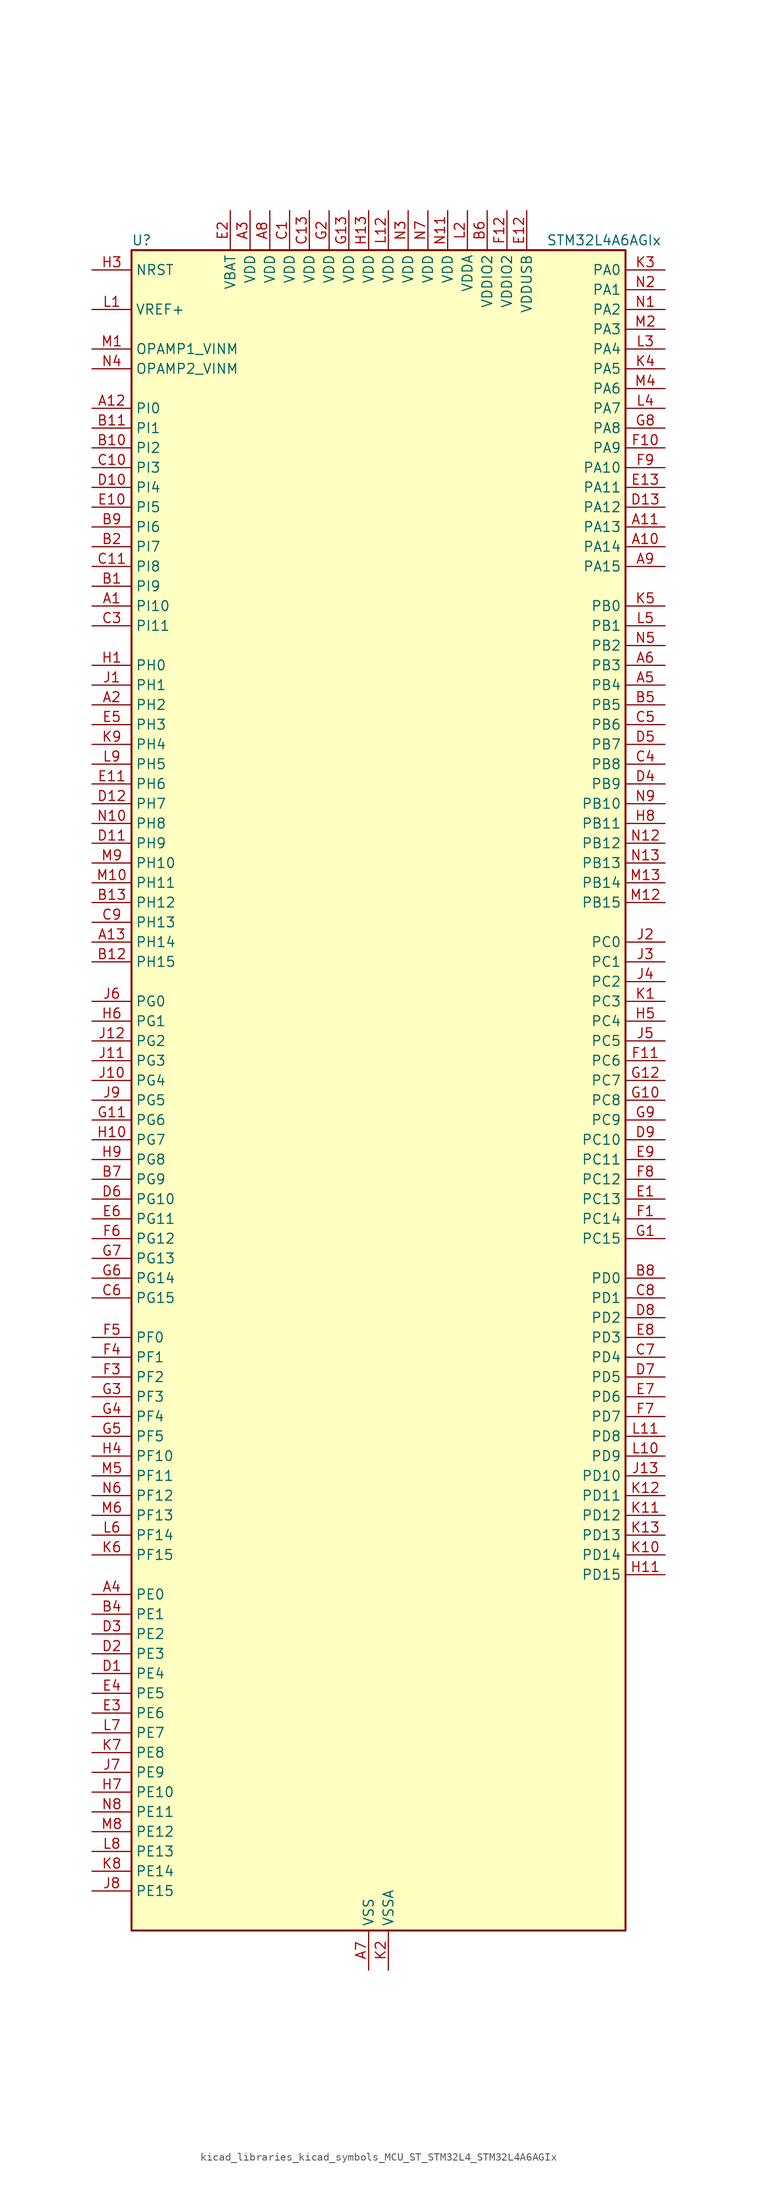
<source format=kicad_sym>
(kicad_symbol_lib
  (version 20220914)
  (generator kicad_symbol_editor)
  (symbol "kicad_libraries_kicad_symbols_MCU_ST_STM32L4_STM32L4A6AGIx"
    (property "Reference" "U"
      (at -30.48 110.49 0)
      (effects (font (size 1.27 1.27)) (justify left)))
    (property "Value" "STM32L4A6AGIx"
      (at 22.86 110.49 0)
      (effects (font (size 1.27 1.27)) (justify left)))
    (property "ki_locked" ""
      (at 0 0 0)
      (effects (font (size 1.27 1.27))))
    (symbol "kicad_libraries_kicad_symbols_MCU_ST_STM32L4_STM32L4A6AGIx_0_1"
      (rectangle (start -30.48 -106.68) (end 33.02 109.22) (stroke (width 0.254) (type default)) (fill (type background))))
    (symbol "kicad_libraries_kicad_symbols_MCU_ST_STM32L4_STM32L4A6AGIx_1_1"
      (pin bidirectional line (at -35.56 63.5 0) (length 5.08) (name "PI10" (effects (font (size 1.27 1.27)))) (number "A1" (effects (font (size 1.27 1.27)))))
      (pin bidirectional line (at 38.1 71.12 180) (length 5.08) (name "PA14" (effects (font (size 1.27 1.27)))) (number "A10" (effects (font (size 1.27 1.27)))) (alternate "I2C1_SMBA" bidirectional line) (alternate "I2C4_SMBA" bidirectional line) (alternate "LPTIM1_OUT" bidirectional line) (alternate "SAI1_FS_B" bidirectional line) (alternate "SWPMI1_RX" bidirectional line) (alternate "SYS_JTCK-SWCLK" bidirectional line) (alternate "USB_OTG_FS_SOF" bidirectional line))
      (pin bidirectional line (at 38.1 73.66 180) (length 5.08) (name "PA13" (effects (font (size 1.27 1.27)))) (number "A11" (effects (font (size 1.27 1.27)))) (alternate "IR_OUT" bidirectional line) (alternate "SAI1_SD_B" bidirectional line) (alternate "SWPMI1_TX" bidirectional line) (alternate "SYS_JTMS-SWDIO" bidirectional line) (alternate "USB_OTG_FS_NOE" bidirectional line))
      (pin bidirectional line (at -35.56 88.9 0) (length 5.08) (name "PI0" (effects (font (size 1.27 1.27)))) (number "A12" (effects (font (size 1.27 1.27)))) (alternate "DCMI_D13" bidirectional line) (alternate "SPI2_NSS" bidirectional line) (alternate "TIM5_CH4" bidirectional line))
      (pin bidirectional line (at -35.56 20.32 0) (length 5.08) (name "PH14" (effects (font (size 1.27 1.27)))) (number "A13" (effects (font (size 1.27 1.27)))) (alternate "DCMI_D4" bidirectional line) (alternate "TIM8_CH2N" bidirectional line))
      (pin bidirectional line (at -35.56 50.8 0) (length 5.08) (name "PH2" (effects (font (size 1.27 1.27)))) (number "A2" (effects (font (size 1.27 1.27)))) (alternate "QUADSPI_BK2_IO0" bidirectional line))
      (pin power_in line (at -15.24 114.3 270) (length 5.08) (name "VDD" (effects (font (size 1.27 1.27)))) (number "A3" (effects (font (size 1.27 1.27)))))
      (pin bidirectional line (at -35.56 -63.5 0) (length 5.08) (name "PE0" (effects (font (size 1.27 1.27)))) (number "A4" (effects (font (size 1.27 1.27)))) (alternate "DCMI_D2" bidirectional line) (alternate "FMC_NBL0" bidirectional line) (alternate "LCD_SEG36" bidirectional line) (alternate "TIM16_CH1" bidirectional line) (alternate "TIM4_ETR" bidirectional line))
      (pin bidirectional line (at 38.1 53.34 180) (length 5.08) (name "PB4" (effects (font (size 1.27 1.27)))) (number "A5" (effects (font (size 1.27 1.27)))) (alternate "COMP2_INP" bidirectional line) (alternate "DCMI_D12" bidirectional line) (alternate "I2C3_SDA" bidirectional line) (alternate "LCD_SEG8" bidirectional line) (alternate "SAI1_MCLK_B" bidirectional line) (alternate "SPI1_MISO" bidirectional line) (alternate "SPI3_MISO" bidirectional line) (alternate "SYS_JTRST" bidirectional line) (alternate "TIM17_BKIN" bidirectional line) (alternate "TIM3_CH1" bidirectional line) (alternate "TSC_G2_IO1" bidirectional line) (alternate "UART5_DE" bidirectional line) (alternate "UART5_RTS" bidirectional line) (alternate "USART1_CTS" bidirectional line))
      (pin bidirectional line (at 38.1 55.88 180) (length 5.08) (name "PB3" (effects (font (size 1.27 1.27)))) (number "A6" (effects (font (size 1.27 1.27)))) (alternate "COMP2_INM" bidirectional line) (alternate "CRS_SYNC" bidirectional line) (alternate "LCD_SEG7" bidirectional line) (alternate "SAI1_SCK_B" bidirectional line) (alternate "SPI1_SCK" bidirectional line) (alternate "SPI3_SCK" bidirectional line) (alternate "SYS_JTDO-SWO" bidirectional line) (alternate "TIM2_CH2" bidirectional line) (alternate "USART1_DE" bidirectional line) (alternate "USART1_RTS" bidirectional line))
      (pin power_in line (at 0 -111.76 90) (length 5.08) (name "VSS" (effects (font (size 1.27 1.27)))) (number "A7" (effects (font (size 1.27 1.27)))))
      (pin power_in line (at -12.7 114.3 270) (length 5.08) (name "VDD" (effects (font (size 1.27 1.27)))) (number "A8" (effects (font (size 1.27 1.27)))))
      (pin bidirectional line (at 38.1 68.58 180) (length 5.08) (name "PA15" (effects (font (size 1.27 1.27)))) (number "A9" (effects (font (size 1.27 1.27)))) (alternate "ADC1_EXTI15" bidirectional line) (alternate "ADC2_EXTI15" bidirectional line) (alternate "ADC3_EXTI15" bidirectional line) (alternate "LCD_SEG17" bidirectional line) (alternate "SAI2_FS_B" bidirectional line) (alternate "SPI1_NSS" bidirectional line) (alternate "SPI3_NSS" bidirectional line) (alternate "SWPMI1_SUSPEND" bidirectional line) (alternate "SYS_JTDI" bidirectional line) (alternate "TIM2_CH1" bidirectional line) (alternate "TIM2_ETR" bidirectional line) (alternate "TSC_G3_IO1" bidirectional line) (alternate "UART4_DE" bidirectional line) (alternate "UART4_RTS" bidirectional line) (alternate "USART2_RX" bidirectional line) (alternate "USART3_DE" bidirectional line) (alternate "USART3_RTS" bidirectional line))
      (pin bidirectional line (at -35.56 66.04 0) (length 5.08) (name "PI9" (effects (font (size 1.27 1.27)))) (number "B1" (effects (font (size 1.27 1.27)))) (alternate "CAN1_RX" bidirectional line) (alternate "DAC1_EXTI9" bidirectional line))
      (pin bidirectional line (at -35.56 83.82 0) (length 5.08) (name "PI2" (effects (font (size 1.27 1.27)))) (number "B10" (effects (font (size 1.27 1.27)))) (alternate "DCMI_D9" bidirectional line) (alternate "SPI2_MISO" bidirectional line) (alternate "TIM8_CH4" bidirectional line))
      (pin bidirectional line (at -35.56 86.36 0) (length 5.08) (name "PI1" (effects (font (size 1.27 1.27)))) (number "B11" (effects (font (size 1.27 1.27)))) (alternate "DCMI_D8" bidirectional line) (alternate "SPI2_SCK" bidirectional line))
      (pin bidirectional line (at -35.56 17.78 0) (length 5.08) (name "PH15" (effects (font (size 1.27 1.27)))) (number "B12" (effects (font (size 1.27 1.27)))) (alternate "ADC1_EXTI15" bidirectional line) (alternate "ADC2_EXTI15" bidirectional line) (alternate "ADC3_EXTI15" bidirectional line) (alternate "DCMI_D11" bidirectional line) (alternate "TIM8_CH3N" bidirectional line))
      (pin bidirectional line (at -35.56 25.4 0) (length 5.08) (name "PH12" (effects (font (size 1.27 1.27)))) (number "B13" (effects (font (size 1.27 1.27)))) (alternate "DCMI_D3" bidirectional line) (alternate "TIM5_CH3" bidirectional line))
      (pin bidirectional line (at -35.56 71.12 0) (length 5.08) (name "PI7" (effects (font (size 1.27 1.27)))) (number "B2" (effects (font (size 1.27 1.27)))) (alternate "DCMI_D7" bidirectional line) (alternate "TIM8_CH3" bidirectional line))
      (pin passive line (at 0 -111.76 90) (length 5.08) hide (name "VSS" (effects (font (size 1.27 1.27)))) (number "B3" (effects (font (size 1.27 1.27)))))
      (pin bidirectional line (at -35.56 -66.04 0) (length 5.08) (name "PE1" (effects (font (size 1.27 1.27)))) (number "B4" (effects (font (size 1.27 1.27)))) (alternate "DCMI_D3" bidirectional line) (alternate "FMC_NBL1" bidirectional line) (alternate "LCD_SEG37" bidirectional line) (alternate "TIM17_CH1" bidirectional line))
      (pin bidirectional line (at 38.1 50.8 180) (length 5.08) (name "PB5" (effects (font (size 1.27 1.27)))) (number "B5" (effects (font (size 1.27 1.27)))) (alternate "CAN2_RX" bidirectional line) (alternate "COMP2_OUT" bidirectional line) (alternate "DCMI_D10" bidirectional line) (alternate "I2C1_SMBA" bidirectional line) (alternate "LCD_SEG9" bidirectional line) (alternate "LPTIM1_IN1" bidirectional line) (alternate "SAI1_SD_B" bidirectional line) (alternate "SPI1_MOSI" bidirectional line) (alternate "SPI3_MOSI" bidirectional line) (alternate "TIM16_BKIN" bidirectional line) (alternate "TIM3_CH2" bidirectional line) (alternate "TSC_G2_IO2" bidirectional line) (alternate "UART5_CTS" bidirectional line) (alternate "USART1_CK" bidirectional line))
      (pin power_in line (at 15.24 114.3 270) (length 5.08) (name "VDDIO2" (effects (font (size 1.27 1.27)))) (number "B6" (effects (font (size 1.27 1.27)))))
      (pin bidirectional line (at -35.56 -10.16 0) (length 5.08) (name "PG9" (effects (font (size 1.27 1.27)))) (number "B7" (effects (font (size 1.27 1.27)))) (alternate "DAC1_EXTI9" bidirectional line) (alternate "FMC_NCE" bidirectional line) (alternate "FMC_NE2" bidirectional line) (alternate "SAI2_SCK_A" bidirectional line) (alternate "SPI3_SCK" bidirectional line) (alternate "TIM15_CH1N" bidirectional line) (alternate "USART1_TX" bidirectional line))
      (pin bidirectional line (at 38.1 -22.86 180) (length 5.08) (name "PD0" (effects (font (size 1.27 1.27)))) (number "B8" (effects (font (size 1.27 1.27)))) (alternate "CAN1_RX" bidirectional line) (alternate "DFSDM1_DATIN7" bidirectional line) (alternate "FMC_D2" bidirectional line) (alternate "FMC_DA2" bidirectional line) (alternate "SPI2_NSS" bidirectional line))
      (pin bidirectional line (at -35.56 73.66 0) (length 5.08) (name "PI6" (effects (font (size 1.27 1.27)))) (number "B9" (effects (font (size 1.27 1.27)))) (alternate "DCMI_D6" bidirectional line) (alternate "TIM8_CH2" bidirectional line))
      (pin power_in line (at -10.16 114.3 270) (length 5.08) (name "VDD" (effects (font (size 1.27 1.27)))) (number "C1" (effects (font (size 1.27 1.27)))))
      (pin bidirectional line (at -35.56 81.28 0) (length 5.08) (name "PI3" (effects (font (size 1.27 1.27)))) (number "C10" (effects (font (size 1.27 1.27)))) (alternate "DCMI_D10" bidirectional line) (alternate "SPI2_MOSI" bidirectional line) (alternate "TIM8_ETR" bidirectional line))
      (pin bidirectional line (at -35.56 68.58 0) (length 5.08) (name "PI8" (effects (font (size 1.27 1.27)))) (number "C11" (effects (font (size 1.27 1.27)))) (alternate "DCMI_D12" bidirectional line))
      (pin passive line (at 0 -111.76 90) (length 5.08) hide (name "VSS" (effects (font (size 1.27 1.27)))) (number "C12" (effects (font (size 1.27 1.27)))))
      (pin power_in line (at -7.62 114.3 270) (length 5.08) (name "VDD" (effects (font (size 1.27 1.27)))) (number "C13" (effects (font (size 1.27 1.27)))))
      (pin passive line (at 0 -111.76 90) (length 5.08) hide (name "VSS" (effects (font (size 1.27 1.27)))) (number "C2" (effects (font (size 1.27 1.27)))))
      (pin bidirectional line (at -35.56 60.96 0) (length 5.08) (name "PI11" (effects (font (size 1.27 1.27)))) (number "C3" (effects (font (size 1.27 1.27)))) (alternate "ADC1_EXTI11" bidirectional line) (alternate "ADC2_EXTI11" bidirectional line) (alternate "ADC3_EXTI11" bidirectional line))
      (pin bidirectional line (at 38.1 43.18 180) (length 5.08) (name "PB8" (effects (font (size 1.27 1.27)))) (number "C4" (effects (font (size 1.27 1.27)))) (alternate "CAN1_RX" bidirectional line) (alternate "DCMI_D6" bidirectional line) (alternate "DFSDM1_DATIN6" bidirectional line) (alternate "I2C1_SCL" bidirectional line) (alternate "LCD_SEG16" bidirectional line) (alternate "SAI1_MCLK_A" bidirectional line) (alternate "SDMMC1_D4" bidirectional line) (alternate "TIM16_CH1" bidirectional line) (alternate "TIM4_CH3" bidirectional line))
      (pin bidirectional line (at 38.1 48.26 180) (length 5.08) (name "PB6" (effects (font (size 1.27 1.27)))) (number "C5" (effects (font (size 1.27 1.27)))) (alternate "CAN2_TX" bidirectional line) (alternate "COMP2_INP" bidirectional line) (alternate "DCMI_D5" bidirectional line) (alternate "DFSDM1_DATIN5" bidirectional line) (alternate "I2C1_SCL" bidirectional line) (alternate "I2C4_SCL" bidirectional line) (alternate "LPTIM1_ETR" bidirectional line) (alternate "SAI1_FS_B" bidirectional line) (alternate "TIM16_CH1N" bidirectional line) (alternate "TIM4_CH1" bidirectional line) (alternate "TIM8_BKIN2" bidirectional line) (alternate "TIM8_BKIN2_COMP2" bidirectional line) (alternate "TSC_G2_IO3" bidirectional line) (alternate "USART1_TX" bidirectional line))
      (pin bidirectional line (at -35.56 -25.4 0) (length 5.08) (name "PG15" (effects (font (size 1.27 1.27)))) (number "C6" (effects (font (size 1.27 1.27)))) (alternate "ADC1_EXTI15" bidirectional line) (alternate "ADC2_EXTI15" bidirectional line) (alternate "ADC3_EXTI15" bidirectional line) (alternate "DCMI_D13" bidirectional line) (alternate "I2C1_SMBA" bidirectional line) (alternate "LPTIM1_OUT" bidirectional line))
      (pin bidirectional line (at 38.1 -33.02 180) (length 5.08) (name "PD4" (effects (font (size 1.27 1.27)))) (number "C7" (effects (font (size 1.27 1.27)))) (alternate "DFSDM1_CKIN0" bidirectional line) (alternate "FMC_NOE" bidirectional line) (alternate "QUADSPI_BK2_IO0" bidirectional line) (alternate "SPI2_MOSI" bidirectional line) (alternate "USART2_DE" bidirectional line) (alternate "USART2_RTS" bidirectional line))
      (pin bidirectional line (at 38.1 -25.4 180) (length 5.08) (name "PD1" (effects (font (size 1.27 1.27)))) (number "C8" (effects (font (size 1.27 1.27)))) (alternate "CAN1_TX" bidirectional line) (alternate "DFSDM1_CKIN7" bidirectional line) (alternate "FMC_D3" bidirectional line) (alternate "FMC_DA3" bidirectional line) (alternate "SPI2_SCK" bidirectional line))
      (pin bidirectional line (at -35.56 22.86 0) (length 5.08) (name "PH13" (effects (font (size 1.27 1.27)))) (number "C9" (effects (font (size 1.27 1.27)))) (alternate "CAN1_TX" bidirectional line) (alternate "TIM8_CH1N" bidirectional line))
      (pin bidirectional line (at -35.56 -73.66 0) (length 5.08) (name "PE4" (effects (font (size 1.27 1.27)))) (number "D1" (effects (font (size 1.27 1.27)))) (alternate "DCMI_D4" bidirectional line) (alternate "DFSDM1_DATIN3" bidirectional line) (alternate "FMC_A20" bidirectional line) (alternate "SAI1_FS_A" bidirectional line) (alternate "SYS_TRACED1" bidirectional line) (alternate "TIM3_CH2" bidirectional line) (alternate "TSC_G7_IO3" bidirectional line))
      (pin bidirectional line (at -35.56 78.74 0) (length 5.08) (name "PI4" (effects (font (size 1.27 1.27)))) (number "D10" (effects (font (size 1.27 1.27)))) (alternate "DCMI_D5" bidirectional line) (alternate "TIM8_BKIN" bidirectional line))
      (pin bidirectional line (at -35.56 33.02 0) (length 5.08) (name "PH9" (effects (font (size 1.27 1.27)))) (number "D11" (effects (font (size 1.27 1.27)))) (alternate "DAC1_EXTI9" bidirectional line) (alternate "DCMI_D0" bidirectional line) (alternate "I2C3_SMBA" bidirectional line))
      (pin bidirectional line (at -35.56 38.1 0) (length 5.08) (name "PH7" (effects (font (size 1.27 1.27)))) (number "D12" (effects (font (size 1.27 1.27)))) (alternate "DCMI_D9" bidirectional line) (alternate "I2C3_SCL" bidirectional line))
      (pin bidirectional line (at 38.1 76.2 180) (length 5.08) (name "PA12" (effects (font (size 1.27 1.27)))) (number "D13" (effects (font (size 1.27 1.27)))) (alternate "CAN1_TX" bidirectional line) (alternate "SPI1_MOSI" bidirectional line) (alternate "TIM1_ETR" bidirectional line) (alternate "USART1_DE" bidirectional line) (alternate "USART1_RTS" bidirectional line) (alternate "USB_OTG_FS_DP" bidirectional line))
      (pin bidirectional line (at -35.56 -71.12 0) (length 5.08) (name "PE3" (effects (font (size 1.27 1.27)))) (number "D2" (effects (font (size 1.27 1.27)))) (alternate "FMC_A19" bidirectional line) (alternate "LCD_SEG39" bidirectional line) (alternate "SAI1_SD_B" bidirectional line) (alternate "SYS_TRACED0" bidirectional line) (alternate "TIM3_CH1" bidirectional line) (alternate "TSC_G7_IO2" bidirectional line))
      (pin bidirectional line (at -35.56 -68.58 0) (length 5.08) (name "PE2" (effects (font (size 1.27 1.27)))) (number "D3" (effects (font (size 1.27 1.27)))) (alternate "FMC_A23" bidirectional line) (alternate "LCD_SEG38" bidirectional line) (alternate "SAI1_MCLK_A" bidirectional line) (alternate "SYS_TRACECLK" bidirectional line) (alternate "TIM3_ETR" bidirectional line) (alternate "TSC_G7_IO1" bidirectional line))
      (pin bidirectional line (at 38.1 40.64 180) (length 5.08) (name "PB9" (effects (font (size 1.27 1.27)))) (number "D4" (effects (font (size 1.27 1.27)))) (alternate "CAN1_TX" bidirectional line) (alternate "DAC1_EXTI9" bidirectional line) (alternate "DCMI_D7" bidirectional line) (alternate "DFSDM1_CKIN6" bidirectional line) (alternate "I2C1_SDA" bidirectional line) (alternate "IR_OUT" bidirectional line) (alternate "LCD_COM3" bidirectional line) (alternate "SAI1_FS_A" bidirectional line) (alternate "SDMMC1_D5" bidirectional line) (alternate "SPI2_NSS" bidirectional line) (alternate "TIM17_CH1" bidirectional line) (alternate "TIM4_CH4" bidirectional line))
      (pin bidirectional line (at 38.1 45.72 180) (length 5.08) (name "PB7" (effects (font (size 1.27 1.27)))) (number "D5" (effects (font (size 1.27 1.27)))) (alternate "COMP2_INM" bidirectional line) (alternate "DCMI_VSYNC" bidirectional line) (alternate "DFSDM1_CKIN5" bidirectional line) (alternate "FMC_NL" bidirectional line) (alternate "I2C1_SDA" bidirectional line) (alternate "I2C4_SDA" bidirectional line) (alternate "LCD_SEG21" bidirectional line) (alternate "LPTIM1_IN2" bidirectional line) (alternate "SYS_PVD_IN" bidirectional line) (alternate "TIM17_CH1N" bidirectional line) (alternate "TIM4_CH2" bidirectional line) (alternate "TIM8_BKIN" bidirectional line) (alternate "TIM8_BKIN_COMP1" bidirectional line) (alternate "TSC_G2_IO4" bidirectional line) (alternate "UART4_CTS" bidirectional line) (alternate "USART1_RX" bidirectional line))
      (pin bidirectional line (at -35.56 -12.7 0) (length 5.08) (name "PG10" (effects (font (size 1.27 1.27)))) (number "D6" (effects (font (size 1.27 1.27)))) (alternate "FMC_NE3" bidirectional line) (alternate "LPTIM1_IN1" bidirectional line) (alternate "SAI2_FS_A" bidirectional line) (alternate "SPI3_MISO" bidirectional line) (alternate "TIM15_CH1" bidirectional line) (alternate "USART1_RX" bidirectional line))
      (pin bidirectional line (at 38.1 -35.56 180) (length 5.08) (name "PD5" (effects (font (size 1.27 1.27)))) (number "D7" (effects (font (size 1.27 1.27)))) (alternate "FMC_NWE" bidirectional line) (alternate "QUADSPI_BK2_IO1" bidirectional line) (alternate "USART2_TX" bidirectional line))
      (pin bidirectional line (at 38.1 -27.94 180) (length 5.08) (name "PD2" (effects (font (size 1.27 1.27)))) (number "D8" (effects (font (size 1.27 1.27)))) (alternate "DCMI_D11" bidirectional line) (alternate "LCD_COM7" bidirectional line) (alternate "LCD_SEG31" bidirectional line) (alternate "LCD_SEG43" bidirectional line) (alternate "SDMMC1_CMD" bidirectional line) (alternate "SYS_TRACED2" bidirectional line) (alternate "TIM3_ETR" bidirectional line) (alternate "TSC_SYNC" bidirectional line) (alternate "UART5_RX" bidirectional line) (alternate "USART3_DE" bidirectional line) (alternate "USART3_RTS" bidirectional line))
      (pin bidirectional line (at 38.1 -5.08 180) (length 5.08) (name "PC10" (effects (font (size 1.27 1.27)))) (number "D9" (effects (font (size 1.27 1.27)))) (alternate "DCMI_D8" bidirectional line) (alternate "LCD_COM4" bidirectional line) (alternate "LCD_SEG28" bidirectional line) (alternate "LCD_SEG40" bidirectional line) (alternate "SAI2_SCK_B" bidirectional line) (alternate "SDMMC1_D2" bidirectional line) (alternate "SPI3_SCK" bidirectional line) (alternate "SYS_TRACED1" bidirectional line) (alternate "TSC_G3_IO2" bidirectional line) (alternate "UART4_TX" bidirectional line) (alternate "USART3_TX" bidirectional line))
      (pin bidirectional line (at 38.1 -12.7 180) (length 5.08) (name "PC13" (effects (font (size 1.27 1.27)))) (number "E1" (effects (font (size 1.27 1.27)))) (alternate "RTC_OUT_ALARM" bidirectional line) (alternate "RTC_OUT_CALIB" bidirectional line) (alternate "RTC_TAMP1" bidirectional line) (alternate "RTC_TS" bidirectional line) (alternate "SYS_WKUP2" bidirectional line))
      (pin bidirectional line (at -35.56 76.2 0) (length 5.08) (name "PI5" (effects (font (size 1.27 1.27)))) (number "E10" (effects (font (size 1.27 1.27)))) (alternate "DCMI_VSYNC" bidirectional line) (alternate "TIM8_CH1" bidirectional line))
      (pin bidirectional line (at -35.56 40.64 0) (length 5.08) (name "PH6" (effects (font (size 1.27 1.27)))) (number "E11" (effects (font (size 1.27 1.27)))) (alternate "DCMI_D8" bidirectional line) (alternate "I2C2_SMBA" bidirectional line))
      (pin power_in line (at 20.32 114.3 270) (length 5.08) (name "VDDUSB" (effects (font (size 1.27 1.27)))) (number "E12" (effects (font (size 1.27 1.27)))))
      (pin bidirectional line (at 38.1 78.74 180) (length 5.08) (name "PA11" (effects (font (size 1.27 1.27)))) (number "E13" (effects (font (size 1.27 1.27)))) (alternate "ADC1_EXTI11" bidirectional line) (alternate "ADC2_EXTI11" bidirectional line) (alternate "ADC3_EXTI11" bidirectional line) (alternate "CAN1_RX" bidirectional line) (alternate "SPI1_MISO" bidirectional line) (alternate "TIM1_BKIN2" bidirectional line) (alternate "TIM1_BKIN2_COMP1" bidirectional line) (alternate "TIM1_CH4" bidirectional line) (alternate "USART1_CTS" bidirectional line) (alternate "USB_OTG_FS_DM" bidirectional line))
      (pin power_in line (at -17.78 114.3 270) (length 5.08) (name "VBAT" (effects (font (size 1.27 1.27)))) (number "E2" (effects (font (size 1.27 1.27)))))
      (pin bidirectional line (at -35.56 -78.74 0) (length 5.08) (name "PE6" (effects (font (size 1.27 1.27)))) (number "E3" (effects (font (size 1.27 1.27)))) (alternate "DCMI_D7" bidirectional line) (alternate "FMC_A22" bidirectional line) (alternate "RTC_TAMP3" bidirectional line) (alternate "SAI1_SD_A" bidirectional line) (alternate "SYS_TRACED3" bidirectional line) (alternate "SYS_WKUP3" bidirectional line) (alternate "TIM3_CH4" bidirectional line))
      (pin bidirectional line (at -35.56 -76.2 0) (length 5.08) (name "PE5" (effects (font (size 1.27 1.27)))) (number "E4" (effects (font (size 1.27 1.27)))) (alternate "DCMI_D6" bidirectional line) (alternate "DFSDM1_CKIN3" bidirectional line) (alternate "FMC_A21" bidirectional line) (alternate "SAI1_SCK_A" bidirectional line) (alternate "SYS_TRACED2" bidirectional line) (alternate "TIM3_CH3" bidirectional line) (alternate "TSC_G7_IO4" bidirectional line))
      (pin bidirectional line (at -35.56 48.26 0) (length 5.08) (name "PH3" (effects (font (size 1.27 1.27)))) (number "E5" (effects (font (size 1.27 1.27)))))
      (pin bidirectional line (at -35.56 -15.24 0) (length 5.08) (name "PG11" (effects (font (size 1.27 1.27)))) (number "E6" (effects (font (size 1.27 1.27)))) (alternate "ADC1_EXTI11" bidirectional line) (alternate "ADC2_EXTI11" bidirectional line) (alternate "ADC3_EXTI11" bidirectional line) (alternate "LPTIM1_IN2" bidirectional line) (alternate "SAI2_MCLK_A" bidirectional line) (alternate "SPI3_MOSI" bidirectional line) (alternate "TIM15_CH2" bidirectional line) (alternate "USART1_CTS" bidirectional line))
      (pin bidirectional line (at 38.1 -38.1 180) (length 5.08) (name "PD6" (effects (font (size 1.27 1.27)))) (number "E7" (effects (font (size 1.27 1.27)))) (alternate "DCMI_D10" bidirectional line) (alternate "DFSDM1_DATIN1" bidirectional line) (alternate "FMC_NWAIT" bidirectional line) (alternate "QUADSPI_BK2_IO1" bidirectional line) (alternate "QUADSPI_BK2_IO2" bidirectional line) (alternate "SAI1_SD_A" bidirectional line) (alternate "USART2_RX" bidirectional line))
      (pin bidirectional line (at 38.1 -30.48 180) (length 5.08) (name "PD3" (effects (font (size 1.27 1.27)))) (number "E8" (effects (font (size 1.27 1.27)))) (alternate "DCMI_D5" bidirectional line) (alternate "DFSDM1_DATIN0" bidirectional line) (alternate "FMC_CLK" bidirectional line) (alternate "QUADSPI_BK2_NCS" bidirectional line) (alternate "SPI2_MISO" bidirectional line) (alternate "SPI2_SCK" bidirectional line) (alternate "USART2_CTS" bidirectional line))
      (pin bidirectional line (at 38.1 -7.62 180) (length 5.08) (name "PC11" (effects (font (size 1.27 1.27)))) (number "E9" (effects (font (size 1.27 1.27)))) (alternate "ADC1_EXTI11" bidirectional line) (alternate "ADC2_EXTI11" bidirectional line) (alternate "ADC3_EXTI11" bidirectional line) (alternate "DCMI_D4" bidirectional line) (alternate "LCD_COM5" bidirectional line) (alternate "LCD_SEG29" bidirectional line) (alternate "LCD_SEG41" bidirectional line) (alternate "QUADSPI_BK2_NCS" bidirectional line) (alternate "SAI2_MCLK_B" bidirectional line) (alternate "SDMMC1_D3" bidirectional line) (alternate "SPI3_MISO" bidirectional line) (alternate "TSC_G3_IO3" bidirectional line) (alternate "UART4_RX" bidirectional line) (alternate "USART3_RX" bidirectional line))
      (pin bidirectional line (at 38.1 -15.24 180) (length 5.08) (name "PC14" (effects (font (size 1.27 1.27)))) (number "F1" (effects (font (size 1.27 1.27)))) (alternate "RCC_OSC32_IN" bidirectional line))
      (pin bidirectional line (at 38.1 83.82 180) (length 5.08) (name "PA9" (effects (font (size 1.27 1.27)))) (number "F10" (effects (font (size 1.27 1.27)))) (alternate "DAC1_EXTI9" bidirectional line) (alternate "DCMI_D0" bidirectional line) (alternate "LCD_COM1" bidirectional line) (alternate "SAI1_FS_A" bidirectional line) (alternate "SPI2_SCK" bidirectional line) (alternate "TIM15_BKIN" bidirectional line) (alternate "TIM1_CH2" bidirectional line) (alternate "USART1_TX" bidirectional line) (alternate "USB_OTG_FS_VBUS" bidirectional line))
      (pin bidirectional line (at 38.1 5.08 180) (length 5.08) (name "PC6" (effects (font (size 1.27 1.27)))) (number "F11" (effects (font (size 1.27 1.27)))) (alternate "DCMI_D0" bidirectional line) (alternate "DFSDM1_CKIN3" bidirectional line) (alternate "LCD_SEG24" bidirectional line) (alternate "SAI2_MCLK_A" bidirectional line) (alternate "SDMMC1_D6" bidirectional line) (alternate "TIM3_CH1" bidirectional line) (alternate "TIM8_CH1" bidirectional line) (alternate "TSC_G4_IO1" bidirectional line))
      (pin power_in line (at 17.78 114.3 270) (length 5.08) (name "VDDIO2" (effects (font (size 1.27 1.27)))) (number "F12" (effects (font (size 1.27 1.27)))))
      (pin passive line (at 0 -111.76 90) (length 5.08) hide (name "VSS" (effects (font (size 1.27 1.27)))) (number "F13" (effects (font (size 1.27 1.27)))))
      (pin passive line (at 0 -111.76 90) (length 5.08) hide (name "VSS" (effects (font (size 1.27 1.27)))) (number "F2" (effects (font (size 1.27 1.27)))))
      (pin bidirectional line (at -35.56 -35.56 0) (length 5.08) (name "PF2" (effects (font (size 1.27 1.27)))) (number "F3" (effects (font (size 1.27 1.27)))) (alternate "FMC_A2" bidirectional line) (alternate "I2C2_SMBA" bidirectional line))
      (pin bidirectional line (at -35.56 -33.02 0) (length 5.08) (name "PF1" (effects (font (size 1.27 1.27)))) (number "F4" (effects (font (size 1.27 1.27)))) (alternate "FMC_A1" bidirectional line) (alternate "I2C2_SCL" bidirectional line))
      (pin bidirectional line (at -35.56 -30.48 0) (length 5.08) (name "PF0" (effects (font (size 1.27 1.27)))) (number "F5" (effects (font (size 1.27 1.27)))) (alternate "FMC_A0" bidirectional line) (alternate "I2C2_SDA" bidirectional line))
      (pin bidirectional line (at -35.56 -17.78 0) (length 5.08) (name "PG12" (effects (font (size 1.27 1.27)))) (number "F6" (effects (font (size 1.27 1.27)))) (alternate "FMC_NE4" bidirectional line) (alternate "LPTIM1_ETR" bidirectional line) (alternate "SAI2_SD_A" bidirectional line) (alternate "SPI3_NSS" bidirectional line) (alternate "USART1_DE" bidirectional line) (alternate "USART1_RTS" bidirectional line))
      (pin bidirectional line (at 38.1 -40.64 180) (length 5.08) (name "PD7" (effects (font (size 1.27 1.27)))) (number "F7" (effects (font (size 1.27 1.27)))) (alternate "DFSDM1_CKIN1" bidirectional line) (alternate "FMC_NE1" bidirectional line) (alternate "QUADSPI_BK2_IO3" bidirectional line) (alternate "USART2_CK" bidirectional line))
      (pin bidirectional line (at 38.1 -10.16 180) (length 5.08) (name "PC12" (effects (font (size 1.27 1.27)))) (number "F8" (effects (font (size 1.27 1.27)))) (alternate "DCMI_D9" bidirectional line) (alternate "LCD_COM6" bidirectional line) (alternate "LCD_SEG30" bidirectional line) (alternate "LCD_SEG42" bidirectional line) (alternate "SAI2_SD_B" bidirectional line) (alternate "SDMMC1_CK" bidirectional line) (alternate "SPI3_MOSI" bidirectional line) (alternate "SYS_TRACED3" bidirectional line) (alternate "TSC_G3_IO4" bidirectional line) (alternate "UART5_TX" bidirectional line) (alternate "USART3_CK" bidirectional line))
      (pin bidirectional line (at 38.1 81.28 180) (length 5.08) (name "PA10" (effects (font (size 1.27 1.27)))) (number "F9" (effects (font (size 1.27 1.27)))) (alternate "DCMI_D1" bidirectional line) (alternate "LCD_COM2" bidirectional line) (alternate "SAI1_SD_A" bidirectional line) (alternate "TIM17_BKIN" bidirectional line) (alternate "TIM1_CH3" bidirectional line) (alternate "USART1_RX" bidirectional line) (alternate "USB_OTG_FS_ID" bidirectional line))
      (pin bidirectional line (at 38.1 -17.78 180) (length 5.08) (name "PC15" (effects (font (size 1.27 1.27)))) (number "G1" (effects (font (size 1.27 1.27)))) (alternate "ADC1_EXTI15" bidirectional line) (alternate "ADC2_EXTI15" bidirectional line) (alternate "ADC3_EXTI15" bidirectional line) (alternate "RCC_OSC32_OUT" bidirectional line))
      (pin bidirectional line (at 38.1 0 180) (length 5.08) (name "PC8" (effects (font (size 1.27 1.27)))) (number "G10" (effects (font (size 1.27 1.27)))) (alternate "DCMI_D2" bidirectional line) (alternate "LCD_SEG26" bidirectional line) (alternate "SDMMC1_D0" bidirectional line) (alternate "TIM3_CH3" bidirectional line) (alternate "TIM8_CH3" bidirectional line) (alternate "TSC_G4_IO3" bidirectional line))
      (pin bidirectional line (at -35.56 -2.54 0) (length 5.08) (name "PG6" (effects (font (size 1.27 1.27)))) (number "G11" (effects (font (size 1.27 1.27)))) (alternate "I2C3_SMBA" bidirectional line) (alternate "LPUART1_DE" bidirectional line) (alternate "LPUART1_RTS" bidirectional line))
      (pin bidirectional line (at 38.1 2.54 180) (length 5.08) (name "PC7" (effects (font (size 1.27 1.27)))) (number "G12" (effects (font (size 1.27 1.27)))) (alternate "DCMI_D1" bidirectional line) (alternate "DFSDM1_DATIN3" bidirectional line) (alternate "LCD_SEG25" bidirectional line) (alternate "SAI2_MCLK_B" bidirectional line) (alternate "SDMMC1_D7" bidirectional line) (alternate "TIM3_CH2" bidirectional line) (alternate "TIM8_CH2" bidirectional line) (alternate "TSC_G4_IO2" bidirectional line))
      (pin power_in line (at -2.54 114.3 270) (length 5.08) (name "VDD" (effects (font (size 1.27 1.27)))) (number "G13" (effects (font (size 1.27 1.27)))))
      (pin power_in line (at -5.08 114.3 270) (length 5.08) (name "VDD" (effects (font (size 1.27 1.27)))) (number "G2" (effects (font (size 1.27 1.27)))))
      (pin bidirectional line (at -35.56 -38.1 0) (length 5.08) (name "PF3" (effects (font (size 1.27 1.27)))) (number "G3" (effects (font (size 1.27 1.27)))) (alternate "ADC3_IN6" bidirectional line) (alternate "FMC_A3" bidirectional line))
      (pin bidirectional line (at -35.56 -40.64 0) (length 5.08) (name "PF4" (effects (font (size 1.27 1.27)))) (number "G4" (effects (font (size 1.27 1.27)))) (alternate "ADC3_IN7" bidirectional line) (alternate "FMC_A4" bidirectional line))
      (pin bidirectional line (at -35.56 -43.18 0) (length 5.08) (name "PF5" (effects (font (size 1.27 1.27)))) (number "G5" (effects (font (size 1.27 1.27)))) (alternate "ADC3_IN8" bidirectional line) (alternate "FMC_A5" bidirectional line))
      (pin bidirectional line (at -35.56 -22.86 0) (length 5.08) (name "PG14" (effects (font (size 1.27 1.27)))) (number "G6" (effects (font (size 1.27 1.27)))) (alternate "FMC_A25" bidirectional line) (alternate "I2C1_SCL" bidirectional line))
      (pin bidirectional line (at -35.56 -20.32 0) (length 5.08) (name "PG13" (effects (font (size 1.27 1.27)))) (number "G7" (effects (font (size 1.27 1.27)))) (alternate "FMC_A24" bidirectional line) (alternate "I2C1_SDA" bidirectional line) (alternate "USART1_CK" bidirectional line))
      (pin bidirectional line (at 38.1 86.36 180) (length 5.08) (name "PA8" (effects (font (size 1.27 1.27)))) (number "G8" (effects (font (size 1.27 1.27)))) (alternate "LCD_COM0" bidirectional line) (alternate "LPTIM2_OUT" bidirectional line) (alternate "RCC_MCO" bidirectional line) (alternate "SAI1_SCK_A" bidirectional line) (alternate "SWPMI1_IO" bidirectional line) (alternate "TIM1_CH1" bidirectional line) (alternate "USART1_CK" bidirectional line) (alternate "USB_OTG_FS_SOF" bidirectional line))
      (pin bidirectional line (at 38.1 -2.54 180) (length 5.08) (name "PC9" (effects (font (size 1.27 1.27)))) (number "G9" (effects (font (size 1.27 1.27)))) (alternate "DAC1_EXTI9" bidirectional line) (alternate "DCMI_D3" bidirectional line) (alternate "I2C3_SDA" bidirectional line) (alternate "LCD_SEG27" bidirectional line) (alternate "SAI2_EXTCLK" bidirectional line) (alternate "SDMMC1_D1" bidirectional line) (alternate "TIM3_CH4" bidirectional line) (alternate "TIM8_BKIN2" bidirectional line) (alternate "TIM8_BKIN2_COMP1" bidirectional line) (alternate "TIM8_CH4" bidirectional line) (alternate "TSC_G4_IO4" bidirectional line) (alternate "USB_OTG_FS_NOE" bidirectional line))
      (pin bidirectional line (at -35.56 55.88 0) (length 5.08) (name "PH0" (effects (font (size 1.27 1.27)))) (number "H1" (effects (font (size 1.27 1.27)))) (alternate "RCC_OSC_IN" bidirectional line))
      (pin bidirectional line (at -35.56 -5.08 0) (length 5.08) (name "PG7" (effects (font (size 1.27 1.27)))) (number "H10" (effects (font (size 1.27 1.27)))) (alternate "FMC_INT" bidirectional line) (alternate "I2C3_SCL" bidirectional line) (alternate "LPUART1_TX" bidirectional line) (alternate "SAI1_MCLK_A" bidirectional line))
      (pin bidirectional line (at 38.1 -60.96 180) (length 5.08) (name "PD15" (effects (font (size 1.27 1.27)))) (number "H11" (effects (font (size 1.27 1.27)))) (alternate "ADC1_EXTI15" bidirectional line) (alternate "ADC2_EXTI15" bidirectional line) (alternate "ADC3_EXTI15" bidirectional line) (alternate "FMC_D1" bidirectional line) (alternate "FMC_DA1" bidirectional line) (alternate "LCD_SEG35" bidirectional line) (alternate "TIM4_CH4" bidirectional line))
      (pin passive line (at 0 -111.76 90) (length 5.08) hide (name "VSS" (effects (font (size 1.27 1.27)))) (number "H12" (effects (font (size 1.27 1.27)))))
      (pin power_in line (at 0 114.3 270) (length 5.08) (name "VDD" (effects (font (size 1.27 1.27)))) (number "H13" (effects (font (size 1.27 1.27)))))
      (pin passive line (at 0 -111.76 90) (length 5.08) hide (name "VSS" (effects (font (size 1.27 1.27)))) (number "H2" (effects (font (size 1.27 1.27)))))
      (pin input line (at -35.56 106.68 0) (length 5.08) (name "NRST" (effects (font (size 1.27 1.27)))) (number "H3" (effects (font (size 1.27 1.27)))))
      (pin bidirectional line (at -35.56 -45.72 0) (length 5.08) (name "PF10" (effects (font (size 1.27 1.27)))) (number "H4" (effects (font (size 1.27 1.27)))) (alternate "ADC3_IN13" bidirectional line) (alternate "DCMI_D11" bidirectional line) (alternate "QUADSPI_CLK" bidirectional line) (alternate "TIM15_CH2" bidirectional line))
      (pin bidirectional line (at 38.1 10.16 180) (length 5.08) (name "PC4" (effects (font (size 1.27 1.27)))) (number "H5" (effects (font (size 1.27 1.27)))) (alternate "ADC1_IN13" bidirectional line) (alternate "ADC2_IN13" bidirectional line) (alternate "COMP1_INM" bidirectional line) (alternate "LCD_SEG22" bidirectional line) (alternate "QUADSPI_BK2_IO3" bidirectional line) (alternate "USART3_TX" bidirectional line))
      (pin bidirectional line (at -35.56 10.16 0) (length 5.08) (name "PG1" (effects (font (size 1.27 1.27)))) (number "H6" (effects (font (size 1.27 1.27)))) (alternate "FMC_A11" bidirectional line) (alternate "TSC_G8_IO4" bidirectional line))
      (pin bidirectional line (at -35.56 -88.9 0) (length 5.08) (name "PE10" (effects (font (size 1.27 1.27)))) (number "H7" (effects (font (size 1.27 1.27)))) (alternate "DFSDM1_DATIN4" bidirectional line) (alternate "FMC_D7" bidirectional line) (alternate "FMC_DA7" bidirectional line) (alternate "QUADSPI_CLK" bidirectional line) (alternate "SAI1_MCLK_B" bidirectional line) (alternate "TIM1_CH2N" bidirectional line) (alternate "TSC_G5_IO1" bidirectional line))
      (pin bidirectional line (at 38.1 35.56 180) (length 5.08) (name "PB11" (effects (font (size 1.27 1.27)))) (number "H8" (effects (font (size 1.27 1.27)))) (alternate "ADC1_EXTI11" bidirectional line) (alternate "ADC2_EXTI11" bidirectional line) (alternate "ADC3_EXTI11" bidirectional line) (alternate "COMP2_OUT" bidirectional line) (alternate "DFSDM1_CKIN7" bidirectional line) (alternate "I2C2_SDA" bidirectional line) (alternate "I2C4_SDA" bidirectional line) (alternate "LCD_SEG11" bidirectional line) (alternate "LPUART1_TX" bidirectional line) (alternate "QUADSPI_BK1_NCS" bidirectional line) (alternate "TIM2_CH4" bidirectional line) (alternate "USART3_RX" bidirectional line))
      (pin bidirectional line (at -35.56 -7.62 0) (length 5.08) (name "PG8" (effects (font (size 1.27 1.27)))) (number "H9" (effects (font (size 1.27 1.27)))) (alternate "I2C3_SDA" bidirectional line) (alternate "LPUART1_RX" bidirectional line))
      (pin bidirectional line (at -35.56 53.34 0) (length 5.08) (name "PH1" (effects (font (size 1.27 1.27)))) (number "J1" (effects (font (size 1.27 1.27)))) (alternate "RCC_OSC_OUT" bidirectional line))
      (pin bidirectional line (at -35.56 2.54 0) (length 5.08) (name "PG4" (effects (font (size 1.27 1.27)))) (number "J10" (effects (font (size 1.27 1.27)))) (alternate "FMC_A14" bidirectional line) (alternate "SAI2_MCLK_B" bidirectional line) (alternate "SPI1_MOSI" bidirectional line))
      (pin bidirectional line (at -35.56 5.08 0) (length 5.08) (name "PG3" (effects (font (size 1.27 1.27)))) (number "J11" (effects (font (size 1.27 1.27)))) (alternate "FMC_A13" bidirectional line) (alternate "SAI2_FS_B" bidirectional line) (alternate "SPI1_MISO" bidirectional line))
      (pin bidirectional line (at -35.56 7.62 0) (length 5.08) (name "PG2" (effects (font (size 1.27 1.27)))) (number "J12" (effects (font (size 1.27 1.27)))) (alternate "FMC_A12" bidirectional line) (alternate "SAI2_SCK_B" bidirectional line) (alternate "SPI1_SCK" bidirectional line))
      (pin bidirectional line (at 38.1 -48.26 180) (length 5.08) (name "PD10" (effects (font (size 1.27 1.27)))) (number "J13" (effects (font (size 1.27 1.27)))) (alternate "FMC_D15" bidirectional line) (alternate "FMC_DA15" bidirectional line) (alternate "LCD_SEG30" bidirectional line) (alternate "SAI2_SCK_A" bidirectional line) (alternate "TSC_G6_IO1" bidirectional line) (alternate "USART3_CK" bidirectional line))
      (pin bidirectional line (at 38.1 20.32 180) (length 5.08) (name "PC0" (effects (font (size 1.27 1.27)))) (number "J2" (effects (font (size 1.27 1.27)))) (alternate "ADC1_IN1" bidirectional line) (alternate "ADC2_IN1" bidirectional line) (alternate "ADC3_IN1" bidirectional line) (alternate "DFSDM1_DATIN4" bidirectional line) (alternate "I2C3_SCL" bidirectional line) (alternate "I2C4_SCL" bidirectional line) (alternate "LCD_SEG18" bidirectional line) (alternate "LPTIM1_IN1" bidirectional line) (alternate "LPTIM2_IN1" bidirectional line) (alternate "LPUART1_RX" bidirectional line))
      (pin bidirectional line (at 38.1 17.78 180) (length 5.08) (name "PC1" (effects (font (size 1.27 1.27)))) (number "J3" (effects (font (size 1.27 1.27)))) (alternate "ADC1_IN2" bidirectional line) (alternate "ADC2_IN2" bidirectional line) (alternate "ADC3_IN2" bidirectional line) (alternate "DFSDM1_CKIN4" bidirectional line) (alternate "I2C3_SDA" bidirectional line) (alternate "I2C4_SDA" bidirectional line) (alternate "LCD_SEG19" bidirectional line) (alternate "LPTIM1_OUT" bidirectional line) (alternate "LPUART1_TX" bidirectional line) (alternate "QUADSPI_BK2_IO0" bidirectional line) (alternate "SAI1_SD_A" bidirectional line) (alternate "SPI2_MOSI" bidirectional line) (alternate "SYS_TRACED0" bidirectional line))
      (pin bidirectional line (at 38.1 15.24 180) (length 5.08) (name "PC2" (effects (font (size 1.27 1.27)))) (number "J4" (effects (font (size 1.27 1.27)))) (alternate "ADC1_IN3" bidirectional line) (alternate "ADC2_IN3" bidirectional line) (alternate "ADC3_IN3" bidirectional line) (alternate "DFSDM1_CKOUT" bidirectional line) (alternate "LCD_SEG20" bidirectional line) (alternate "LPTIM1_IN2" bidirectional line) (alternate "QUADSPI_BK2_IO1" bidirectional line) (alternate "SPI2_MISO" bidirectional line))
      (pin bidirectional line (at 38.1 7.62 180) (length 5.08) (name "PC5" (effects (font (size 1.27 1.27)))) (number "J5" (effects (font (size 1.27 1.27)))) (alternate "ADC1_IN14" bidirectional line) (alternate "ADC2_IN14" bidirectional line) (alternate "COMP1_INP" bidirectional line) (alternate "LCD_SEG23" bidirectional line) (alternate "SYS_WKUP5" bidirectional line) (alternate "USART3_RX" bidirectional line))
      (pin bidirectional line (at -35.56 12.7 0) (length 5.08) (name "PG0" (effects (font (size 1.27 1.27)))) (number "J6" (effects (font (size 1.27 1.27)))) (alternate "FMC_A10" bidirectional line) (alternate "TSC_G8_IO3" bidirectional line))
      (pin bidirectional line (at -35.56 -86.36 0) (length 5.08) (name "PE9" (effects (font (size 1.27 1.27)))) (number "J7" (effects (font (size 1.27 1.27)))) (alternate "DAC1_EXTI9" bidirectional line) (alternate "DFSDM1_CKOUT" bidirectional line) (alternate "FMC_D6" bidirectional line) (alternate "FMC_DA6" bidirectional line) (alternate "SAI1_FS_B" bidirectional line) (alternate "TIM1_CH1" bidirectional line))
      (pin bidirectional line (at -35.56 -101.6 0) (length 5.08) (name "PE15" (effects (font (size 1.27 1.27)))) (number "J8" (effects (font (size 1.27 1.27)))) (alternate "ADC1_EXTI15" bidirectional line) (alternate "ADC2_EXTI15" bidirectional line) (alternate "ADC3_EXTI15" bidirectional line) (alternate "FMC_D12" bidirectional line) (alternate "FMC_DA12" bidirectional line) (alternate "QUADSPI_BK1_IO3" bidirectional line) (alternate "SPI1_MOSI" bidirectional line) (alternate "TIM1_BKIN" bidirectional line) (alternate "TIM1_BKIN_COMP1" bidirectional line))
      (pin bidirectional line (at -35.56 0 0) (length 5.08) (name "PG5" (effects (font (size 1.27 1.27)))) (number "J9" (effects (font (size 1.27 1.27)))) (alternate "FMC_A15" bidirectional line) (alternate "LPUART1_CTS" bidirectional line) (alternate "SAI2_SD_B" bidirectional line) (alternate "SPI1_NSS" bidirectional line))
      (pin bidirectional line (at 38.1 12.7 180) (length 5.08) (name "PC3" (effects (font (size 1.27 1.27)))) (number "K1" (effects (font (size 1.27 1.27)))) (alternate "ADC1_IN4" bidirectional line) (alternate "ADC2_IN4" bidirectional line) (alternate "ADC3_IN4" bidirectional line) (alternate "LCD_VLCD" bidirectional line) (alternate "LPTIM1_ETR" bidirectional line) (alternate "LPTIM2_ETR" bidirectional line) (alternate "QUADSPI_BK2_IO2" bidirectional line) (alternate "SAI1_SD_A" bidirectional line) (alternate "SPI2_MOSI" bidirectional line))
      (pin bidirectional line (at 38.1 -58.42 180) (length 5.08) (name "PD14" (effects (font (size 1.27 1.27)))) (number "K10" (effects (font (size 1.27 1.27)))) (alternate "FMC_D0" bidirectional line) (alternate "FMC_DA0" bidirectional line) (alternate "LCD_SEG34" bidirectional line) (alternate "TIM4_CH3" bidirectional line))
      (pin bidirectional line (at 38.1 -53.34 180) (length 5.08) (name "PD12" (effects (font (size 1.27 1.27)))) (number "K11" (effects (font (size 1.27 1.27)))) (alternate "FMC_A17" bidirectional line) (alternate "FMC_ALE" bidirectional line) (alternate "I2C4_SCL" bidirectional line) (alternate "LCD_SEG32" bidirectional line) (alternate "LPTIM2_IN1" bidirectional line) (alternate "SAI2_FS_A" bidirectional line) (alternate "TIM4_CH1" bidirectional line) (alternate "TSC_G6_IO3" bidirectional line) (alternate "USART3_DE" bidirectional line) (alternate "USART3_RTS" bidirectional line))
      (pin bidirectional line (at 38.1 -50.8 180) (length 5.08) (name "PD11" (effects (font (size 1.27 1.27)))) (number "K12" (effects (font (size 1.27 1.27)))) (alternate "ADC1_EXTI11" bidirectional line) (alternate "ADC2_EXTI11" bidirectional line) (alternate "ADC3_EXTI11" bidirectional line) (alternate "FMC_A16" bidirectional line) (alternate "FMC_CLE" bidirectional line) (alternate "I2C4_SMBA" bidirectional line) (alternate "LCD_SEG31" bidirectional line) (alternate "LPTIM2_ETR" bidirectional line) (alternate "SAI2_SD_A" bidirectional line) (alternate "TSC_G6_IO2" bidirectional line) (alternate "USART3_CTS" bidirectional line))
      (pin bidirectional line (at 38.1 -55.88 180) (length 5.08) (name "PD13" (effects (font (size 1.27 1.27)))) (number "K13" (effects (font (size 1.27 1.27)))) (alternate "FMC_A18" bidirectional line) (alternate "I2C4_SDA" bidirectional line) (alternate "LCD_SEG33" bidirectional line) (alternate "LPTIM2_OUT" bidirectional line) (alternate "TIM4_CH2" bidirectional line) (alternate "TSC_G6_IO4" bidirectional line))
      (pin power_in line (at 2.54 -111.76 90) (length 5.08) (name "VSSA" (effects (font (size 1.27 1.27)))) (number "K2" (effects (font (size 1.27 1.27)))))
      (pin bidirectional line (at 38.1 106.68 180) (length 5.08) (name "PA0" (effects (font (size 1.27 1.27)))) (number "K3" (effects (font (size 1.27 1.27)))) (alternate "ADC1_IN5" bidirectional line) (alternate "ADC2_IN5" bidirectional line) (alternate "OPAMP1_VINP" bidirectional line) (alternate "RTC_TAMP2" bidirectional line) (alternate "SAI1_EXTCLK" bidirectional line) (alternate "SYS_WKUP1" bidirectional line) (alternate "TIM2_CH1" bidirectional line) (alternate "TIM2_ETR" bidirectional line) (alternate "TIM5_CH1" bidirectional line) (alternate "TIM8_ETR" bidirectional line) (alternate "UART4_TX" bidirectional line) (alternate "USART2_CTS" bidirectional line))
      (pin bidirectional line (at 38.1 93.98 180) (length 5.08) (name "PA5" (effects (font (size 1.27 1.27)))) (number "K4" (effects (font (size 1.27 1.27)))) (alternate "ADC1_IN10" bidirectional line) (alternate "ADC2_IN10" bidirectional line) (alternate "DAC1_OUT2" bidirectional line) (alternate "LPTIM2_ETR" bidirectional line) (alternate "SPI1_SCK" bidirectional line) (alternate "TIM2_CH1" bidirectional line) (alternate "TIM2_ETR" bidirectional line) (alternate "TIM8_CH1N" bidirectional line))
      (pin bidirectional line (at 38.1 63.5 180) (length 5.08) (name "PB0" (effects (font (size 1.27 1.27)))) (number "K5" (effects (font (size 1.27 1.27)))) (alternate "ADC1_IN15" bidirectional line) (alternate "ADC2_IN15" bidirectional line) (alternate "COMP1_OUT" bidirectional line) (alternate "LCD_SEG5" bidirectional line) (alternate "OPAMP2_VOUT" bidirectional line) (alternate "QUADSPI_BK1_IO1" bidirectional line) (alternate "SAI1_EXTCLK" bidirectional line) (alternate "SPI1_NSS" bidirectional line) (alternate "TIM1_CH2N" bidirectional line) (alternate "TIM3_CH3" bidirectional line) (alternate "TIM8_CH2N" bidirectional line) (alternate "USART3_CK" bidirectional line))
      (pin bidirectional line (at -35.56 -58.42 0) (length 5.08) (name "PF15" (effects (font (size 1.27 1.27)))) (number "K6" (effects (font (size 1.27 1.27)))) (alternate "ADC1_EXTI15" bidirectional line) (alternate "ADC2_EXTI15" bidirectional line) (alternate "ADC3_EXTI15" bidirectional line) (alternate "FMC_A9" bidirectional line) (alternate "I2C4_SDA" bidirectional line) (alternate "TSC_G8_IO2" bidirectional line))
      (pin bidirectional line (at -35.56 -83.82 0) (length 5.08) (name "PE8" (effects (font (size 1.27 1.27)))) (number "K7" (effects (font (size 1.27 1.27)))) (alternate "DFSDM1_CKIN2" bidirectional line) (alternate "FMC_D5" bidirectional line) (alternate "FMC_DA5" bidirectional line) (alternate "SAI1_SCK_B" bidirectional line) (alternate "TIM1_CH1N" bidirectional line))
      (pin bidirectional line (at -35.56 -99.06 0) (length 5.08) (name "PE14" (effects (font (size 1.27 1.27)))) (number "K8" (effects (font (size 1.27 1.27)))) (alternate "FMC_D11" bidirectional line) (alternate "FMC_DA11" bidirectional line) (alternate "QUADSPI_BK1_IO2" bidirectional line) (alternate "SPI1_MISO" bidirectional line) (alternate "TIM1_BKIN2" bidirectional line) (alternate "TIM1_BKIN2_COMP2" bidirectional line) (alternate "TIM1_CH4" bidirectional line))
      (pin bidirectional line (at -35.56 45.72 0) (length 5.08) (name "PH4" (effects (font (size 1.27 1.27)))) (number "K9" (effects (font (size 1.27 1.27)))) (alternate "I2C2_SCL" bidirectional line))
      (pin input line (at -35.56 101.6 0) (length 5.08) (name "VREF+" (effects (font (size 1.27 1.27)))) (number "L1" (effects (font (size 1.27 1.27)))) (alternate "VREFBUF_OUT" bidirectional line))
      (pin bidirectional line (at 38.1 -45.72 180) (length 5.08) (name "PD9" (effects (font (size 1.27 1.27)))) (number "L10" (effects (font (size 1.27 1.27)))) (alternate "DAC1_EXTI9" bidirectional line) (alternate "DCMI_PIXCLK" bidirectional line) (alternate "FMC_D14" bidirectional line) (alternate "FMC_DA14" bidirectional line) (alternate "LCD_SEG29" bidirectional line) (alternate "SAI2_MCLK_A" bidirectional line) (alternate "USART3_RX" bidirectional line))
      (pin bidirectional line (at 38.1 -43.18 180) (length 5.08) (name "PD8" (effects (font (size 1.27 1.27)))) (number "L11" (effects (font (size 1.27 1.27)))) (alternate "DCMI_HSYNC" bidirectional line) (alternate "FMC_D13" bidirectional line) (alternate "FMC_DA13" bidirectional line) (alternate "LCD_SEG28" bidirectional line) (alternate "USART3_TX" bidirectional line))
      (pin power_in line (at 2.54 114.3 270) (length 5.08) (name "VDD" (effects (font (size 1.27 1.27)))) (number "L12" (effects (font (size 1.27 1.27)))))
      (pin passive line (at 0 -111.76 90) (length 5.08) hide (name "VSS" (effects (font (size 1.27 1.27)))) (number "L13" (effects (font (size 1.27 1.27)))))
      (pin power_in line (at 12.7 114.3 270) (length 5.08) (name "VDDA" (effects (font (size 1.27 1.27)))) (number "L2" (effects (font (size 1.27 1.27)))))
      (pin bidirectional line (at 38.1 96.52 180) (length 5.08) (name "PA4" (effects (font (size 1.27 1.27)))) (number "L3" (effects (font (size 1.27 1.27)))) (alternate "ADC1_IN9" bidirectional line) (alternate "ADC2_IN9" bidirectional line) (alternate "DAC1_OUT1" bidirectional line) (alternate "DCMI_HSYNC" bidirectional line) (alternate "LPTIM2_OUT" bidirectional line) (alternate "SAI1_FS_B" bidirectional line) (alternate "SPI1_NSS" bidirectional line) (alternate "SPI3_NSS" bidirectional line) (alternate "USART2_CK" bidirectional line))
      (pin bidirectional line (at 38.1 88.9 180) (length 5.08) (name "PA7" (effects (font (size 1.27 1.27)))) (number "L4" (effects (font (size 1.27 1.27)))) (alternate "ADC1_IN12" bidirectional line) (alternate "ADC2_IN12" bidirectional line) (alternate "I2C3_SCL" bidirectional line) (alternate "LCD_SEG4" bidirectional line) (alternate "QUADSPI_BK1_IO2" bidirectional line) (alternate "SPI1_MOSI" bidirectional line) (alternate "TIM17_CH1" bidirectional line) (alternate "TIM1_CH1N" bidirectional line) (alternate "TIM3_CH2" bidirectional line) (alternate "TIM8_CH1N" bidirectional line))
      (pin bidirectional line (at 38.1 60.96 180) (length 5.08) (name "PB1" (effects (font (size 1.27 1.27)))) (number "L5" (effects (font (size 1.27 1.27)))) (alternate "ADC1_IN16" bidirectional line) (alternate "ADC2_IN16" bidirectional line) (alternate "COMP1_INM" bidirectional line) (alternate "DFSDM1_DATIN0" bidirectional line) (alternate "LCD_SEG6" bidirectional line) (alternate "LPTIM2_IN1" bidirectional line) (alternate "LPUART1_DE" bidirectional line) (alternate "LPUART1_RTS" bidirectional line) (alternate "QUADSPI_BK1_IO0" bidirectional line) (alternate "TIM1_CH3N" bidirectional line) (alternate "TIM3_CH4" bidirectional line) (alternate "TIM8_CH3N" bidirectional line) (alternate "USART3_DE" bidirectional line) (alternate "USART3_RTS" bidirectional line))
      (pin bidirectional line (at -35.56 -55.88 0) (length 5.08) (name "PF14" (effects (font (size 1.27 1.27)))) (number "L6" (effects (font (size 1.27 1.27)))) (alternate "DFSDM1_CKIN6" bidirectional line) (alternate "FMC_A8" bidirectional line) (alternate "I2C4_SCL" bidirectional line) (alternate "TSC_G8_IO1" bidirectional line))
      (pin bidirectional line (at -35.56 -81.28 0) (length 5.08) (name "PE7" (effects (font (size 1.27 1.27)))) (number "L7" (effects (font (size 1.27 1.27)))) (alternate "DFSDM1_DATIN2" bidirectional line) (alternate "FMC_D4" bidirectional line) (alternate "FMC_DA4" bidirectional line) (alternate "SAI1_SD_B" bidirectional line) (alternate "TIM1_ETR" bidirectional line))
      (pin bidirectional line (at -35.56 -96.52 0) (length 5.08) (name "PE13" (effects (font (size 1.27 1.27)))) (number "L8" (effects (font (size 1.27 1.27)))) (alternate "DFSDM1_CKIN5" bidirectional line) (alternate "FMC_D10" bidirectional line) (alternate "FMC_DA10" bidirectional line) (alternate "QUADSPI_BK1_IO1" bidirectional line) (alternate "SPI1_SCK" bidirectional line) (alternate "TIM1_CH3" bidirectional line) (alternate "TSC_G5_IO4" bidirectional line))
      (pin bidirectional line (at -35.56 43.18 0) (length 5.08) (name "PH5" (effects (font (size 1.27 1.27)))) (number "L9" (effects (font (size 1.27 1.27)))) (alternate "DCMI_PIXCLK" bidirectional line) (alternate "I2C2_SDA" bidirectional line))
      (pin bidirectional line (at -35.56 96.52 0) (length 5.08) (name "OPAMP1_VINM" (effects (font (size 1.27 1.27)))) (number "M1" (effects (font (size 1.27 1.27)))) (alternate "OPAMP1_VINM" bidirectional line))
      (pin bidirectional line (at -35.56 27.94 0) (length 5.08) (name "PH11" (effects (font (size 1.27 1.27)))) (number "M10" (effects (font (size 1.27 1.27)))) (alternate "ADC1_EXTI11" bidirectional line) (alternate "ADC2_EXTI11" bidirectional line) (alternate "ADC3_EXTI11" bidirectional line) (alternate "DCMI_D2" bidirectional line) (alternate "TIM5_CH2" bidirectional line))
      (pin passive line (at 0 -111.76 90) (length 5.08) hide (name "VSS" (effects (font (size 1.27 1.27)))) (number "M11" (effects (font (size 1.27 1.27)))))
      (pin bidirectional line (at 38.1 25.4 180) (length 5.08) (name "PB15" (effects (font (size 1.27 1.27)))) (number "M12" (effects (font (size 1.27 1.27)))) (alternate "ADC1_EXTI15" bidirectional line) (alternate "ADC2_EXTI15" bidirectional line) (alternate "ADC3_EXTI15" bidirectional line) (alternate "DFSDM1_CKIN2" bidirectional line) (alternate "LCD_SEG15" bidirectional line) (alternate "RTC_REFIN" bidirectional line) (alternate "SAI2_SD_A" bidirectional line) (alternate "SPI2_MOSI" bidirectional line) (alternate "SWPMI1_SUSPEND" bidirectional line) (alternate "TIM15_CH2" bidirectional line) (alternate "TIM1_CH3N" bidirectional line) (alternate "TIM8_CH3N" bidirectional line) (alternate "TSC_G1_IO4" bidirectional line))
      (pin bidirectional line (at 38.1 27.94 180) (length 5.08) (name "PB14" (effects (font (size 1.27 1.27)))) (number "M13" (effects (font (size 1.27 1.27)))) (alternate "DFSDM1_DATIN2" bidirectional line) (alternate "I2C2_SDA" bidirectional line) (alternate "LCD_SEG14" bidirectional line) (alternate "SAI2_MCLK_A" bidirectional line) (alternate "SPI2_MISO" bidirectional line) (alternate "SWPMI1_RX" bidirectional line) (alternate "TIM15_CH1" bidirectional line) (alternate "TIM1_CH2N" bidirectional line) (alternate "TIM8_CH2N" bidirectional line) (alternate "TSC_G1_IO3" bidirectional line) (alternate "USART3_DE" bidirectional line) (alternate "USART3_RTS" bidirectional line))
      (pin bidirectional line (at 38.1 99.06 180) (length 5.08) (name "PA3" (effects (font (size 1.27 1.27)))) (number "M2" (effects (font (size 1.27 1.27)))) (alternate "ADC1_IN8" bidirectional line) (alternate "ADC2_IN8" bidirectional line) (alternate "LCD_SEG2" bidirectional line) (alternate "LPUART1_RX" bidirectional line) (alternate "OPAMP1_VOUT" bidirectional line) (alternate "QUADSPI_CLK" bidirectional line) (alternate "SAI1_MCLK_A" bidirectional line) (alternate "TIM15_CH2" bidirectional line) (alternate "TIM2_CH4" bidirectional line) (alternate "TIM5_CH4" bidirectional line) (alternate "USART2_RX" bidirectional line))
      (pin passive line (at 0 -111.76 90) (length 5.08) hide (name "VSS" (effects (font (size 1.27 1.27)))) (number "M3" (effects (font (size 1.27 1.27)))))
      (pin bidirectional line (at 38.1 91.44 180) (length 5.08) (name "PA6" (effects (font (size 1.27 1.27)))) (number "M4" (effects (font (size 1.27 1.27)))) (alternate "ADC1_IN11" bidirectional line) (alternate "ADC2_IN11" bidirectional line) (alternate "DCMI_PIXCLK" bidirectional line) (alternate "LCD_SEG3" bidirectional line) (alternate "LPUART1_CTS" bidirectional line) (alternate "OPAMP2_VINP" bidirectional line) (alternate "QUADSPI_BK1_IO3" bidirectional line) (alternate "SPI1_MISO" bidirectional line) (alternate "TIM16_CH1" bidirectional line) (alternate "TIM1_BKIN" bidirectional line) (alternate "TIM1_BKIN_COMP2" bidirectional line) (alternate "TIM3_CH1" bidirectional line) (alternate "TIM8_BKIN" bidirectional line) (alternate "TIM8_BKIN_COMP2" bidirectional line) (alternate "USART3_CTS" bidirectional line))
      (pin bidirectional line (at -35.56 -48.26 0) (length 5.08) (name "PF11" (effects (font (size 1.27 1.27)))) (number "M5" (effects (font (size 1.27 1.27)))) (alternate "ADC1_EXTI11" bidirectional line) (alternate "ADC2_EXTI11" bidirectional line) (alternate "ADC3_EXTI11" bidirectional line) (alternate "DCMI_D12" bidirectional line))
      (pin bidirectional line (at -35.56 -53.34 0) (length 5.08) (name "PF13" (effects (font (size 1.27 1.27)))) (number "M6" (effects (font (size 1.27 1.27)))) (alternate "DFSDM1_DATIN6" bidirectional line) (alternate "FMC_A7" bidirectional line) (alternate "I2C4_SMBA" bidirectional line))
      (pin passive line (at 0 -111.76 90) (length 5.08) hide (name "VSS" (effects (font (size 1.27 1.27)))) (number "M7" (effects (font (size 1.27 1.27)))))
      (pin bidirectional line (at -35.56 -93.98 0) (length 5.08) (name "PE12" (effects (font (size 1.27 1.27)))) (number "M8" (effects (font (size 1.27 1.27)))) (alternate "DFSDM1_DATIN5" bidirectional line) (alternate "FMC_D9" bidirectional line) (alternate "FMC_DA9" bidirectional line) (alternate "QUADSPI_BK1_IO0" bidirectional line) (alternate "SPI1_NSS" bidirectional line) (alternate "TIM1_CH3N" bidirectional line) (alternate "TSC_G5_IO3" bidirectional line))
      (pin bidirectional line (at -35.56 30.48 0) (length 5.08) (name "PH10" (effects (font (size 1.27 1.27)))) (number "M9" (effects (font (size 1.27 1.27)))) (alternate "DCMI_D1" bidirectional line) (alternate "TIM5_CH1" bidirectional line))
      (pin bidirectional line (at 38.1 101.6 180) (length 5.08) (name "PA2" (effects (font (size 1.27 1.27)))) (number "N1" (effects (font (size 1.27 1.27)))) (alternate "ADC1_IN7" bidirectional line) (alternate "ADC2_IN7" bidirectional line) (alternate "LCD_SEG1" bidirectional line) (alternate "LPUART1_TX" bidirectional line) (alternate "QUADSPI_BK1_NCS" bidirectional line) (alternate "RCC_LSCO" bidirectional line) (alternate "SAI2_EXTCLK" bidirectional line) (alternate "SYS_WKUP4" bidirectional line) (alternate "TIM15_CH1" bidirectional line) (alternate "TIM2_CH3" bidirectional line) (alternate "TIM5_CH3" bidirectional line) (alternate "USART2_TX" bidirectional line))
      (pin bidirectional line (at -35.56 35.56 0) (length 5.08) (name "PH8" (effects (font (size 1.27 1.27)))) (number "N10" (effects (font (size 1.27 1.27)))) (alternate "DCMI_HSYNC" bidirectional line) (alternate "I2C3_SDA" bidirectional line))
      (pin power_in line (at 10.16 114.3 270) (length 5.08) (name "VDD" (effects (font (size 1.27 1.27)))) (number "N11" (effects (font (size 1.27 1.27)))))
      (pin bidirectional line (at 38.1 33.02 180) (length 5.08) (name "PB12" (effects (font (size 1.27 1.27)))) (number "N12" (effects (font (size 1.27 1.27)))) (alternate "CAN2_RX" bidirectional line) (alternate "DFSDM1_DATIN1" bidirectional line) (alternate "I2C2_SMBA" bidirectional line) (alternate "LCD_SEG12" bidirectional line) (alternate "LPUART1_DE" bidirectional line) (alternate "LPUART1_RTS" bidirectional line) (alternate "SAI2_FS_A" bidirectional line) (alternate "SPI2_NSS" bidirectional line) (alternate "SWPMI1_IO" bidirectional line) (alternate "TIM15_BKIN" bidirectional line) (alternate "TIM1_BKIN" bidirectional line) (alternate "TIM1_BKIN_COMP2" bidirectional line) (alternate "TSC_G1_IO1" bidirectional line) (alternate "USART3_CK" bidirectional line))
      (pin bidirectional line (at 38.1 30.48 180) (length 5.08) (name "PB13" (effects (font (size 1.27 1.27)))) (number "N13" (effects (font (size 1.27 1.27)))) (alternate "CAN2_TX" bidirectional line) (alternate "DFSDM1_CKIN1" bidirectional line) (alternate "I2C2_SCL" bidirectional line) (alternate "LCD_SEG13" bidirectional line) (alternate "LPUART1_CTS" bidirectional line) (alternate "SAI2_SCK_A" bidirectional line) (alternate "SPI2_SCK" bidirectional line) (alternate "SWPMI1_TX" bidirectional line) (alternate "TIM15_CH1N" bidirectional line) (alternate "TIM1_CH1N" bidirectional line) (alternate "TSC_G1_IO2" bidirectional line) (alternate "USART3_CTS" bidirectional line))
      (pin bidirectional line (at 38.1 104.14 180) (length 5.08) (name "PA1" (effects (font (size 1.27 1.27)))) (number "N2" (effects (font (size 1.27 1.27)))) (alternate "ADC1_IN6" bidirectional line) (alternate "ADC2_IN6" bidirectional line) (alternate "I2C1_SMBA" bidirectional line) (alternate "LCD_SEG0" bidirectional line) (alternate "SPI1_SCK" bidirectional line) (alternate "TIM15_CH1N" bidirectional line) (alternate "TIM2_CH2" bidirectional line) (alternate "TIM5_CH2" bidirectional line) (alternate "UART4_RX" bidirectional line) (alternate "USART2_DE" bidirectional line) (alternate "USART2_RTS" bidirectional line))
      (pin power_in line (at 5.08 114.3 270) (length 5.08) (name "VDD" (effects (font (size 1.27 1.27)))) (number "N3" (effects (font (size 1.27 1.27)))))
      (pin bidirectional line (at -35.56 93.98 0) (length 5.08) (name "OPAMP2_VINM" (effects (font (size 1.27 1.27)))) (number "N4" (effects (font (size 1.27 1.27)))) (alternate "OPAMP2_VINM" bidirectional line))
      (pin bidirectional line (at 38.1 58.42 180) (length 5.08) (name "PB2" (effects (font (size 1.27 1.27)))) (number "N5" (effects (font (size 1.27 1.27)))) (alternate "COMP1_INP" bidirectional line) (alternate "DFSDM1_CKIN0" bidirectional line) (alternate "I2C3_SMBA" bidirectional line) (alternate "LCD_VLCD" bidirectional line) (alternate "LPTIM1_OUT" bidirectional line) (alternate "RTC_OUT_ALARM" bidirectional line) (alternate "RTC_OUT_CALIB" bidirectional line))
      (pin bidirectional line (at -35.56 -50.8 0) (length 5.08) (name "PF12" (effects (font (size 1.27 1.27)))) (number "N6" (effects (font (size 1.27 1.27)))) (alternate "FMC_A6" bidirectional line))
      (pin power_in line (at 7.62 114.3 270) (length 5.08) (name "VDD" (effects (font (size 1.27 1.27)))) (number "N7" (effects (font (size 1.27 1.27)))))
      (pin bidirectional line (at -35.56 -91.44 0) (length 5.08) (name "PE11" (effects (font (size 1.27 1.27)))) (number "N8" (effects (font (size 1.27 1.27)))) (alternate "ADC1_EXTI11" bidirectional line) (alternate "ADC2_EXTI11" bidirectional line) (alternate "ADC3_EXTI11" bidirectional line) (alternate "DFSDM1_CKIN4" bidirectional line) (alternate "FMC_D8" bidirectional line) (alternate "FMC_DA8" bidirectional line) (alternate "QUADSPI_BK1_NCS" bidirectional line) (alternate "TIM1_CH2" bidirectional line) (alternate "TSC_G5_IO2" bidirectional line))
      (pin bidirectional line (at 38.1 38.1 180) (length 5.08) (name "PB10" (effects (font (size 1.27 1.27)))) (number "N9" (effects (font (size 1.27 1.27)))) (alternate "COMP1_OUT" bidirectional line) (alternate "DFSDM1_DATIN7" bidirectional line) (alternate "I2C2_SCL" bidirectional line) (alternate "I2C4_SCL" bidirectional line) (alternate "LCD_SEG10" bidirectional line) (alternate "LPUART1_RX" bidirectional line) (alternate "QUADSPI_CLK" bidirectional line) (alternate "SAI1_SCK_A" bidirectional line) (alternate "SPI2_SCK" bidirectional line) (alternate "TIM2_CH3" bidirectional line) (alternate "TSC_SYNC" bidirectional line) (alternate "USART3_TX" bidirectional line)))))
</source>
